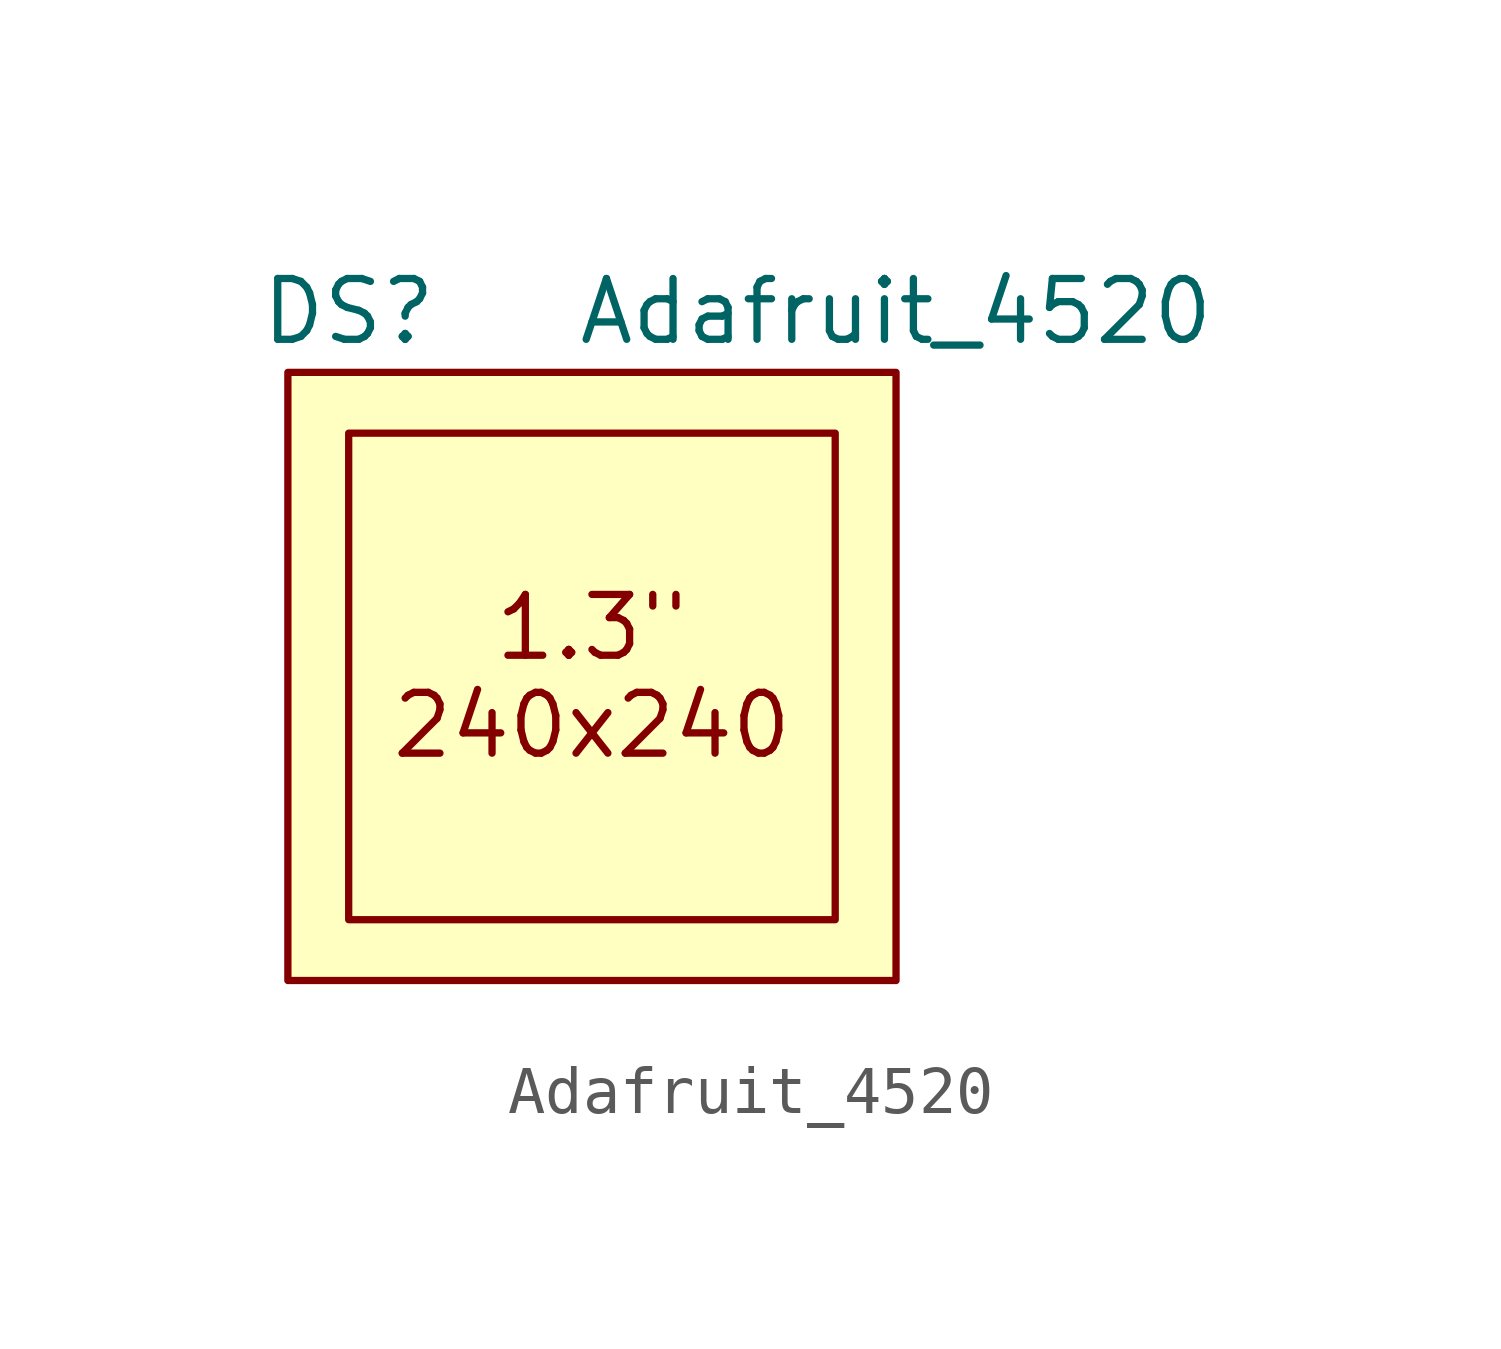
<source format=kicad_sym>
(kicad_symbol_lib
  (version 20220914)
  (generator kicad_symbol_editor)
  (symbol "Adafruit_4520"
    (property "Reference" "DS"
      (at -5.08 7.62 0)
      (effects (font (size 1.27 1.27))))
    (property "Value" "Adafruit_4520"
      (at 6.35 7.62 0)
      (effects (font (size 1.27 1.27))))
    (symbol "Adafruit_4520_1_1"
      (rectangle (start -6.35 6.35) (end 6.35 -6.35) (stroke (width 0) (type default)) (fill (type background)))
      (rectangle (start -5.08 5.08) (end 5.08 -5.08) (stroke (width 0) (type default)) (fill (type none)))
      (text "1.3\"\n240x240" (at 0 0 0) (effects (font (size 1.27 1.27)))))))
</source>
